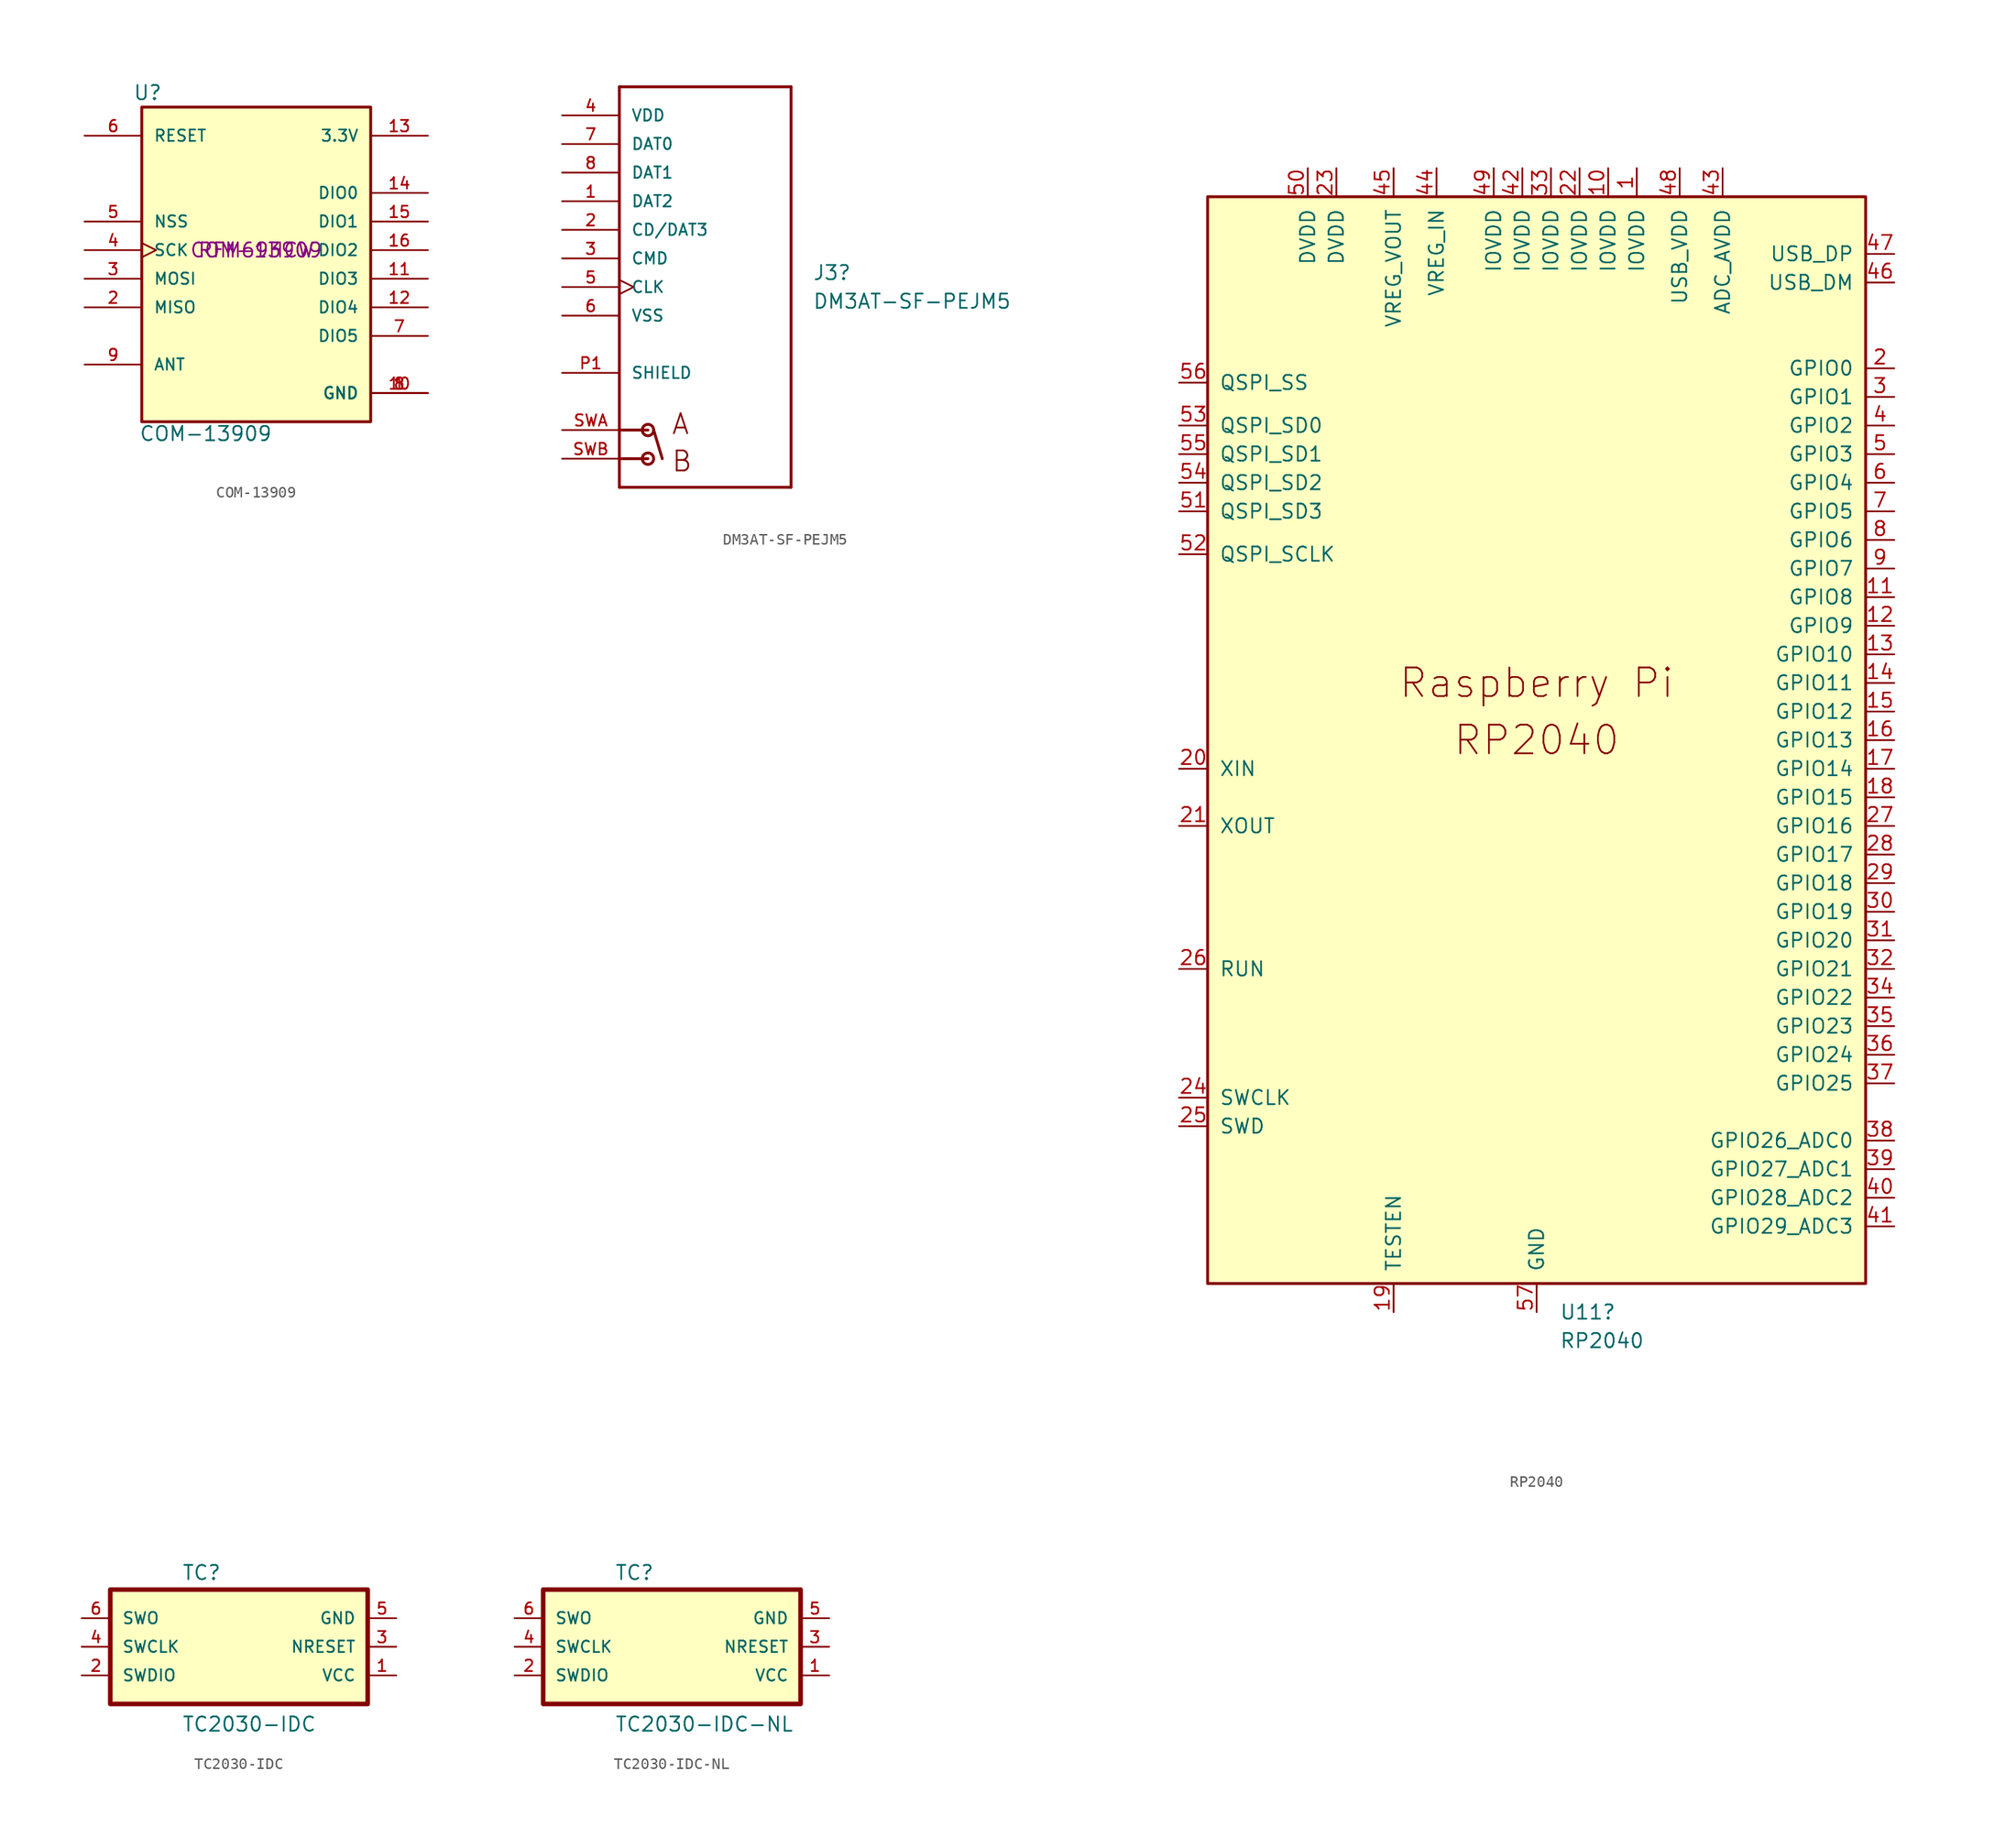
<source format=kicad_sym>
(kicad_symbol_lib
  (version 20211014)
  (generator kicad_symbol_editor)
  (symbol "COM-13909"
    (pin_names
      (offset 1.016))
    (property "Reference" "U"
      (at -10.947 13.233 0)
      (effects (font (size 1.27 1.27)) (justify left bottom)))
    (property "Value" "COM-13909"
      (at -10.414 -17.043 0)
      (effects (font (size 1.27 1.27)) (justify left bottom)))
    (property "MPN" "RFM69HCW"
      (at 0 0 0)
      (effects (font (size 1.27 1.27))))
    (property "MPN2" "COM-13909"
      (at 0 0 0)
      (effects (font (size 1.27 1.27))))
    (symbol "COM-13909_0_0"
      (rectangle (start -10.16 -15.24) (end 10.16 12.7) (stroke (width 0.254) (type default) (color 0 0 0 0)) (fill (type background)))
      (pin power_in line (at 15.24 -12.7 180) (length 5.08) (name "GND" (effects (font (size 1.016 1.016)))) (number "1" (effects (font (size 1.016 1.016)))))
      (pin power_in line (at 15.24 -12.7 180) (length 5.08) (name "GND" (effects (font (size 1.016 1.016)))) (number "10" (effects (font (size 1.016 1.016)))))
      (pin bidirectional line (at 15.24 -2.54 180) (length 5.08) (name "DIO3" (effects (font (size 1.016 1.016)))) (number "11" (effects (font (size 1.016 1.016)))))
      (pin bidirectional line (at 15.24 -5.08 180) (length 5.08) (name "DIO4" (effects (font (size 1.016 1.016)))) (number "12" (effects (font (size 1.016 1.016)))))
      (pin power_in line (at 15.24 10.16 180) (length 5.08) (name "3.3V" (effects (font (size 1.016 1.016)))) (number "13" (effects (font (size 1.016 1.016)))))
      (pin bidirectional line (at 15.24 5.08 180) (length 5.08) (name "DIO0" (effects (font (size 1.016 1.016)))) (number "14" (effects (font (size 1.016 1.016)))))
      (pin bidirectional line (at 15.24 2.54 180) (length 5.08) (name "DIO1" (effects (font (size 1.016 1.016)))) (number "15" (effects (font (size 1.016 1.016)))))
      (pin bidirectional line (at 15.24 0 180) (length 5.08) (name "DIO2" (effects (font (size 1.016 1.016)))) (number "16" (effects (font (size 1.016 1.016)))))
      (pin input line (at -15.24 -5.08 0) (length 5.08) (name "MISO" (effects (font (size 1.016 1.016)))) (number "2" (effects (font (size 1.016 1.016)))))
      (pin output line (at -15.24 -2.54 0) (length 5.08) (name "MOSI" (effects (font (size 1.016 1.016)))) (number "3" (effects (font (size 1.016 1.016)))))
      (pin input clock (at -15.24 0 0) (length 5.08) (name "SCK" (effects (font (size 1.016 1.016)))) (number "4" (effects (font (size 1.016 1.016)))))
      (pin input line (at -15.24 2.54 0) (length 5.08) (name "NSS" (effects (font (size 1.016 1.016)))) (number "5" (effects (font (size 1.016 1.016)))))
      (pin bidirectional line (at -15.24 10.16 0) (length 5.08) (name "RESET" (effects (font (size 1.016 1.016)))) (number "6" (effects (font (size 1.016 1.016)))))
      (pin bidirectional line (at 15.24 -7.62 180) (length 5.08) (name "DIO5" (effects (font (size 1.016 1.016)))) (number "7" (effects (font (size 1.016 1.016)))))
      (pin power_in line (at 15.24 -12.7 180) (length 5.08) (name "GND" (effects (font (size 1.016 1.016)))) (number "8" (effects (font (size 1.016 1.016)))))
      (pin bidirectional line (at -15.24 -10.16 0) (length 5.08) (name "ANT" (effects (font (size 1.016 1.016)))) (number "9" (effects (font (size 1.016 1.016)))))))
  (symbol "DM3AT-SF-PEJM5"
    (pin_names
      (offset 1.016))
    (property "Reference" "J3"
      (at 9.525 1.27 0)
      (effects (font (size 1.27 1.27)) (justify left)))
    (property "Value" "DM3AT-SF-PEJM5"
      (at 9.525 -1.27 0)
      (effects (font (size 1.27 1.27)) (justify left)))
    (symbol "DM3AT-SF-PEJM5_0_0"
      (circle (center -5.08 -15.24) (radius 0.508) (stroke (width 0.254) (type default) (color 0 0 0 0)) (fill (type none)))
      (circle (center -5.08 -12.7) (radius 0.508) (stroke (width 0.254) (type default) (color 0 0 0 0)) (fill (type none)))
      (polyline (pts (xy -7.62 -17.78) (xy 7.62 -17.78)) (stroke (width 0.254) (type default) (color 0 0 0 0)) (fill (type none)))
      (polyline (pts (xy -7.62 -15.24) (xy -7.62 -17.78)) (stroke (width 0.254) (type default) (color 0 0 0 0)) (fill (type none)))
      (polyline (pts (xy -7.62 -15.24) (xy -5.08 -15.24)) (stroke (width 0.254) (type default) (color 0 0 0 0)) (fill (type none)))
      (polyline (pts (xy -7.62 -12.7) (xy -7.62 -15.24)) (stroke (width 0.254) (type default) (color 0 0 0 0)) (fill (type none)))
      (polyline (pts (xy -7.62 -12.7) (xy -5.08 -12.7)) (stroke (width 0.254) (type default) (color 0 0 0 0)) (fill (type none)))
      (polyline (pts (xy -7.62 17.78) (xy -7.62 -12.7)) (stroke (width 0.254) (type default) (color 0 0 0 0)) (fill (type none)))
      (polyline (pts (xy -4.572 -12.7) (xy -3.81 -15.24)) (stroke (width 0.254) (type default) (color 0 0 0 0)) (fill (type none)))
      (polyline (pts (xy 7.62 -17.78) (xy 7.62 17.78)) (stroke (width 0.254) (type default) (color 0 0 0 0)) (fill (type none)))
      (polyline (pts (xy 7.62 17.78) (xy -7.62 17.78)) (stroke (width 0.254) (type default) (color 0 0 0 0)) (fill (type none)))
      (text "A" (at -3.048 -13.208 0) (effects (font (size 1.778 1.778)) (justify left bottom)))
      (text "B" (at -3.048 -16.51 0) (effects (font (size 1.778 1.778)) (justify left bottom)))
      (pin bidirectional line (at -12.7 7.62 0) (length 5.08) (name "DAT2" (effects (font (size 1.016 1.016)))) (number "1" (effects (font (size 1.016 1.016)))))
      (pin bidirectional line (at -12.7 5.08 0) (length 5.08) (name "CD/DAT3" (effects (font (size 1.016 1.016)))) (number "2" (effects (font (size 1.016 1.016)))))
      (pin bidirectional line (at -12.7 2.54 0) (length 5.08) (name "CMD" (effects (font (size 1.016 1.016)))) (number "3" (effects (font (size 1.016 1.016)))))
      (pin power_in line (at -12.7 15.24 0) (length 5.08) (name "VDD" (effects (font (size 1.016 1.016)))) (number "4" (effects (font (size 1.016 1.016)))))
      (pin bidirectional clock (at -12.7 0 0) (length 5.08) (name "CLK" (effects (font (size 1.016 1.016)))) (number "5" (effects (font (size 1.016 1.016)))))
      (pin power_in line (at -12.7 -2.54 0) (length 5.08) (name "VSS" (effects (font (size 1.016 1.016)))) (number "6" (effects (font (size 1.016 1.016)))))
      (pin bidirectional line (at -12.7 12.7 0) (length 5.08) (name "DAT0" (effects (font (size 1.016 1.016)))) (number "7" (effects (font (size 1.016 1.016)))))
      (pin bidirectional line (at -12.7 10.16 0) (length 5.08) (name "DAT1" (effects (font (size 1.016 1.016)))) (number "8" (effects (font (size 1.016 1.016)))))
      (pin passive line (at -12.7 -7.62 0) (length 5.08) (name "SHIELD" (effects (font (size 1.016 1.016)))) (number "P1" (effects (font (size 1.016 1.016)))))
      (pin bidirectional line (at -12.7 -12.7 0) (length 5.08) (name "~" (effects (font (size 1.016 1.016)))) (number "SWA" (effects (font (size 1.016 1.016)))))
      (pin bidirectional line (at -12.7 -15.24 0) (length 5.08) (name "~" (effects (font (size 1.016 1.016)))) (number "SWB" (effects (font (size 1.016 1.016)))))))
  (symbol "RP2040"
    (pin_names
      (offset 1.016))
    (property "Reference" "U11"
      (at 2.019 -50.8 0)
      (effects (font (size 1.27 1.27)) (justify left)))
    (property "Value" "RP2040"
      (at 2.019 -53.34 0)
      (effects (font (size 1.27 1.27)) (justify left)))
    (symbol "RP2040_0_0"
      (text "Raspberry Pi" (at 0 5.08 0) (effects (font (size 2.54 2.54))))
      (text "RP2040" (at 0 0 0) (effects (font (size 2.54 2.54)))))
    (symbol "RP2040_0_1"
      (rectangle (start 29.21 48.26) (end -29.21 -48.26) (stroke (width 0.254) (type default) (color 0 0 0 0)) (fill (type background))))
    (symbol "RP2040_1_1"
      (pin power_in line (at 8.89 50.8 270) (length 2.54) (name "IOVDD" (effects (font (size 1.27 1.27)))) (number "1" (effects (font (size 1.27 1.27)))))
      (pin power_in line (at 6.35 50.8 270) (length 2.54) (name "IOVDD" (effects (font (size 1.27 1.27)))) (number "10" (effects (font (size 1.27 1.27)))))
      (pin bidirectional line (at 31.75 12.7 180) (length 2.54) (name "GPIO8" (effects (font (size 1.27 1.27)))) (number "11" (effects (font (size 1.27 1.27)))))
      (pin bidirectional line (at 31.75 10.16 180) (length 2.54) (name "GPIO9" (effects (font (size 1.27 1.27)))) (number "12" (effects (font (size 1.27 1.27)))))
      (pin bidirectional line (at 31.75 7.62 180) (length 2.54) (name "GPIO10" (effects (font (size 1.27 1.27)))) (number "13" (effects (font (size 1.27 1.27)))))
      (pin bidirectional line (at 31.75 5.08 180) (length 2.54) (name "GPIO11" (effects (font (size 1.27 1.27)))) (number "14" (effects (font (size 1.27 1.27)))))
      (pin bidirectional line (at 31.75 2.54 180) (length 2.54) (name "GPIO12" (effects (font (size 1.27 1.27)))) (number "15" (effects (font (size 1.27 1.27)))))
      (pin bidirectional line (at 31.75 0 180) (length 2.54) (name "GPIO13" (effects (font (size 1.27 1.27)))) (number "16" (effects (font (size 1.27 1.27)))))
      (pin bidirectional line (at 31.75 -2.54 180) (length 2.54) (name "GPIO14" (effects (font (size 1.27 1.27)))) (number "17" (effects (font (size 1.27 1.27)))))
      (pin bidirectional line (at 31.75 -5.08 180) (length 2.54) (name "GPIO15" (effects (font (size 1.27 1.27)))) (number "18" (effects (font (size 1.27 1.27)))))
      (pin passive line (at -12.7 -50.8 90) (length 2.54) (name "TESTEN" (effects (font (size 1.27 1.27)))) (number "19" (effects (font (size 1.27 1.27)))))
      (pin bidirectional line (at 31.75 33.02 180) (length 2.54) (name "GPIO0" (effects (font (size 1.27 1.27)))) (number "2" (effects (font (size 1.27 1.27)))))
      (pin input line (at -31.75 -2.54 0) (length 2.54) (name "XIN" (effects (font (size 1.27 1.27)))) (number "20" (effects (font (size 1.27 1.27)))))
      (pin passive line (at -31.75 -7.62 0) (length 2.54) (name "XOUT" (effects (font (size 1.27 1.27)))) (number "21" (effects (font (size 1.27 1.27)))))
      (pin power_in line (at 3.81 50.8 270) (length 2.54) (name "IOVDD" (effects (font (size 1.27 1.27)))) (number "22" (effects (font (size 1.27 1.27)))))
      (pin power_in line (at -17.78 50.8 270) (length 2.54) (name "DVDD" (effects (font (size 1.27 1.27)))) (number "23" (effects (font (size 1.27 1.27)))))
      (pin output line (at -31.75 -31.75 0) (length 2.54) (name "SWCLK" (effects (font (size 1.27 1.27)))) (number "24" (effects (font (size 1.27 1.27)))))
      (pin bidirectional line (at -31.75 -34.29 0) (length 2.54) (name "SWD" (effects (font (size 1.27 1.27)))) (number "25" (effects (font (size 1.27 1.27)))))
      (pin input line (at -31.75 -20.32 0) (length 2.54) (name "RUN" (effects (font (size 1.27 1.27)))) (number "26" (effects (font (size 1.27 1.27)))))
      (pin bidirectional line (at 31.75 -7.62 180) (length 2.54) (name "GPIO16" (effects (font (size 1.27 1.27)))) (number "27" (effects (font (size 1.27 1.27)))))
      (pin bidirectional line (at 31.75 -10.16 180) (length 2.54) (name "GPIO17" (effects (font (size 1.27 1.27)))) (number "28" (effects (font (size 1.27 1.27)))))
      (pin bidirectional line (at 31.75 -12.7 180) (length 2.54) (name "GPIO18" (effects (font (size 1.27 1.27)))) (number "29" (effects (font (size 1.27 1.27)))))
      (pin bidirectional line (at 31.75 30.48 180) (length 2.54) (name "GPIO1" (effects (font (size 1.27 1.27)))) (number "3" (effects (font (size 1.27 1.27)))))
      (pin bidirectional line (at 31.75 -15.24 180) (length 2.54) (name "GPIO19" (effects (font (size 1.27 1.27)))) (number "30" (effects (font (size 1.27 1.27)))))
      (pin bidirectional line (at 31.75 -17.78 180) (length 2.54) (name "GPIO20" (effects (font (size 1.27 1.27)))) (number "31" (effects (font (size 1.27 1.27)))))
      (pin bidirectional line (at 31.75 -20.32 180) (length 2.54) (name "GPIO21" (effects (font (size 1.27 1.27)))) (number "32" (effects (font (size 1.27 1.27)))))
      (pin power_in line (at 1.27 50.8 270) (length 2.54) (name "IOVDD" (effects (font (size 1.27 1.27)))) (number "33" (effects (font (size 1.27 1.27)))))
      (pin bidirectional line (at 31.75 -22.86 180) (length 2.54) (name "GPIO22" (effects (font (size 1.27 1.27)))) (number "34" (effects (font (size 1.27 1.27)))))
      (pin bidirectional line (at 31.75 -25.4 180) (length 2.54) (name "GPIO23" (effects (font (size 1.27 1.27)))) (number "35" (effects (font (size 1.27 1.27)))))
      (pin bidirectional line (at 31.75 -27.94 180) (length 2.54) (name "GPIO24" (effects (font (size 1.27 1.27)))) (number "36" (effects (font (size 1.27 1.27)))))
      (pin bidirectional line (at 31.75 -30.48 180) (length 2.54) (name "GPIO25" (effects (font (size 1.27 1.27)))) (number "37" (effects (font (size 1.27 1.27)))))
      (pin bidirectional line (at 31.75 -35.56 180) (length 2.54) (name "GPIO26_ADC0" (effects (font (size 1.27 1.27)))) (number "38" (effects (font (size 1.27 1.27)))))
      (pin bidirectional line (at 31.75 -38.1 180) (length 2.54) (name "GPIO27_ADC1" (effects (font (size 1.27 1.27)))) (number "39" (effects (font (size 1.27 1.27)))))
      (pin bidirectional line (at 31.75 27.94 180) (length 2.54) (name "GPIO2" (effects (font (size 1.27 1.27)))) (number "4" (effects (font (size 1.27 1.27)))))
      (pin bidirectional line (at 31.75 -40.64 180) (length 2.54) (name "GPIO28_ADC2" (effects (font (size 1.27 1.27)))) (number "40" (effects (font (size 1.27 1.27)))))
      (pin bidirectional line (at 31.75 -43.18 180) (length 2.54) (name "GPIO29_ADC3" (effects (font (size 1.27 1.27)))) (number "41" (effects (font (size 1.27 1.27)))))
      (pin power_in line (at -1.27 50.8 270) (length 2.54) (name "IOVDD" (effects (font (size 1.27 1.27)))) (number "42" (effects (font (size 1.27 1.27)))))
      (pin power_in line (at 16.51 50.8 270) (length 2.54) (name "ADC_AVDD" (effects (font (size 1.27 1.27)))) (number "43" (effects (font (size 1.27 1.27)))))
      (pin power_in line (at -8.89 50.8 270) (length 2.54) (name "VREG_IN" (effects (font (size 1.27 1.27)))) (number "44" (effects (font (size 1.27 1.27)))))
      (pin power_out line (at -12.7 50.8 270) (length 2.54) (name "VREG_VOUT" (effects (font (size 1.27 1.27)))) (number "45" (effects (font (size 1.27 1.27)))))
      (pin bidirectional line (at 31.75 40.64 180) (length 2.54) (name "USB_DM" (effects (font (size 1.27 1.27)))) (number "46" (effects (font (size 1.27 1.27)))))
      (pin bidirectional line (at 31.75 43.18 180) (length 2.54) (name "USB_DP" (effects (font (size 1.27 1.27)))) (number "47" (effects (font (size 1.27 1.27)))))
      (pin power_in line (at 12.7 50.8 270) (length 2.54) (name "USB_VDD" (effects (font (size 1.27 1.27)))) (number "48" (effects (font (size 1.27 1.27)))))
      (pin power_in line (at -3.81 50.8 270) (length 2.54) (name "IOVDD" (effects (font (size 1.27 1.27)))) (number "49" (effects (font (size 1.27 1.27)))))
      (pin bidirectional line (at 31.75 25.4 180) (length 2.54) (name "GPIO3" (effects (font (size 1.27 1.27)))) (number "5" (effects (font (size 1.27 1.27)))))
      (pin power_in line (at -20.32 50.8 270) (length 2.54) (name "DVDD" (effects (font (size 1.27 1.27)))) (number "50" (effects (font (size 1.27 1.27)))))
      (pin bidirectional line (at -31.75 20.32 0) (length 2.54) (name "QSPI_SD3" (effects (font (size 1.27 1.27)))) (number "51" (effects (font (size 1.27 1.27)))))
      (pin output line (at -31.75 16.51 0) (length 2.54) (name "QSPI_SCLK" (effects (font (size 1.27 1.27)))) (number "52" (effects (font (size 1.27 1.27)))))
      (pin bidirectional line (at -31.75 27.94 0) (length 2.54) (name "QSPI_SD0" (effects (font (size 1.27 1.27)))) (number "53" (effects (font (size 1.27 1.27)))))
      (pin bidirectional line (at -31.75 22.86 0) (length 2.54) (name "QSPI_SD2" (effects (font (size 1.27 1.27)))) (number "54" (effects (font (size 1.27 1.27)))))
      (pin bidirectional line (at -31.75 25.4 0) (length 2.54) (name "QSPI_SD1" (effects (font (size 1.27 1.27)))) (number "55" (effects (font (size 1.27 1.27)))))
      (pin bidirectional line (at -31.75 31.75 0) (length 2.54) (name "QSPI_SS" (effects (font (size 1.27 1.27)))) (number "56" (effects (font (size 1.27 1.27)))))
      (pin power_in line (at 0 -50.8 90) (length 2.54) (name "GND" (effects (font (size 1.27 1.27)))) (number "57" (effects (font (size 1.27 1.27)))))
      (pin bidirectional line (at 31.75 22.86 180) (length 2.54) (name "GPIO4" (effects (font (size 1.27 1.27)))) (number "6" (effects (font (size 1.27 1.27)))))
      (pin bidirectional line (at 31.75 20.32 180) (length 2.54) (name "GPIO5" (effects (font (size 1.27 1.27)))) (number "7" (effects (font (size 1.27 1.27)))))
      (pin bidirectional line (at 31.75 17.78 180) (length 2.54) (name "GPIO6" (effects (font (size 1.27 1.27)))) (number "8" (effects (font (size 1.27 1.27)))))
      (pin bidirectional line (at 31.75 15.24 180) (length 2.54) (name "GPIO7" (effects (font (size 1.27 1.27)))) (number "9" (effects (font (size 1.27 1.27)))))))
  (symbol "TC2030-IDC"
    (pin_names
      (offset 1.016))
    (property "Reference" "TC"
      (at -3.81 5.842 0)
      (effects (font (size 1.27 1.27)) (justify left bottom)))
    (property "Value" "TC2030-IDC"
      (at -3.81 -7.62 0)
      (effects (font (size 1.27 1.27)) (justify left bottom)))
    (symbol "TC2030-IDC_0_0"
      (rectangle (start -10.16 -5.08) (end 12.7 5.08) (stroke (width 0.406) (type default) (color 0 0 0 0)) (fill (type background)))
      (pin passive line (at 15.24 -2.54 180) (length 2.54) (name "VCC" (effects (font (size 1.016 1.016)))) (number "1" (effects (font (size 1.016 1.016)))))
      (pin passive line (at -12.7 -2.54 0) (length 2.54) (name "SWDIO" (effects (font (size 1.016 1.016)))) (number "2" (effects (font (size 1.016 1.016)))))
      (pin passive line (at 15.24 0 180) (length 2.54) (name "NRESET" (effects (font (size 1.016 1.016)))) (number "3" (effects (font (size 1.016 1.016)))))
      (pin passive line (at -12.7 0 0) (length 2.54) (name "SWCLK" (effects (font (size 1.016 1.016)))) (number "4" (effects (font (size 1.016 1.016)))))
      (pin passive line (at 15.24 2.54 180) (length 2.54) (name "GND" (effects (font (size 1.016 1.016)))) (number "5" (effects (font (size 1.016 1.016)))))
      (pin passive line (at -12.7 2.54 0) (length 2.54) (name "SWO" (effects (font (size 1.016 1.016)))) (number "6" (effects (font (size 1.016 1.016)))))))
  (symbol "TC2030-IDC-NL"
    (pin_names
      (offset 1.016))
    (property "Reference" "TC"
      (at -3.81 5.842 0)
      (effects (font (size 1.27 1.27)) (justify left bottom)))
    (property "Value" "TC2030-IDC-NL"
      (at -3.81 -7.62 0)
      (effects (font (size 1.27 1.27)) (justify left bottom)))
    (symbol "TC2030-IDC-NL_0_0"
      (rectangle (start -10.16 -5.08) (end 12.7 5.08) (stroke (width 0.406) (type default) (color 0 0 0 0)) (fill (type background)))
      (pin passive line (at 15.24 -2.54 180) (length 2.54) (name "VCC" (effects (font (size 1.016 1.016)))) (number "1" (effects (font (size 1.016 1.016)))))
      (pin passive line (at -12.7 -2.54 0) (length 2.54) (name "SWDIO" (effects (font (size 1.016 1.016)))) (number "2" (effects (font (size 1.016 1.016)))))
      (pin passive line (at 15.24 0 180) (length 2.54) (name "NRESET" (effects (font (size 1.016 1.016)))) (number "3" (effects (font (size 1.016 1.016)))))
      (pin passive line (at -12.7 0 0) (length 2.54) (name "SWCLK" (effects (font (size 1.016 1.016)))) (number "4" (effects (font (size 1.016 1.016)))))
      (pin passive line (at 15.24 2.54 180) (length 2.54) (name "GND" (effects (font (size 1.016 1.016)))) (number "5" (effects (font (size 1.016 1.016)))))
      (pin passive line (at -12.7 2.54 0) (length 2.54) (name "SWO" (effects (font (size 1.016 1.016)))) (number "6" (effects (font (size 1.016 1.016))))))))
</source>
